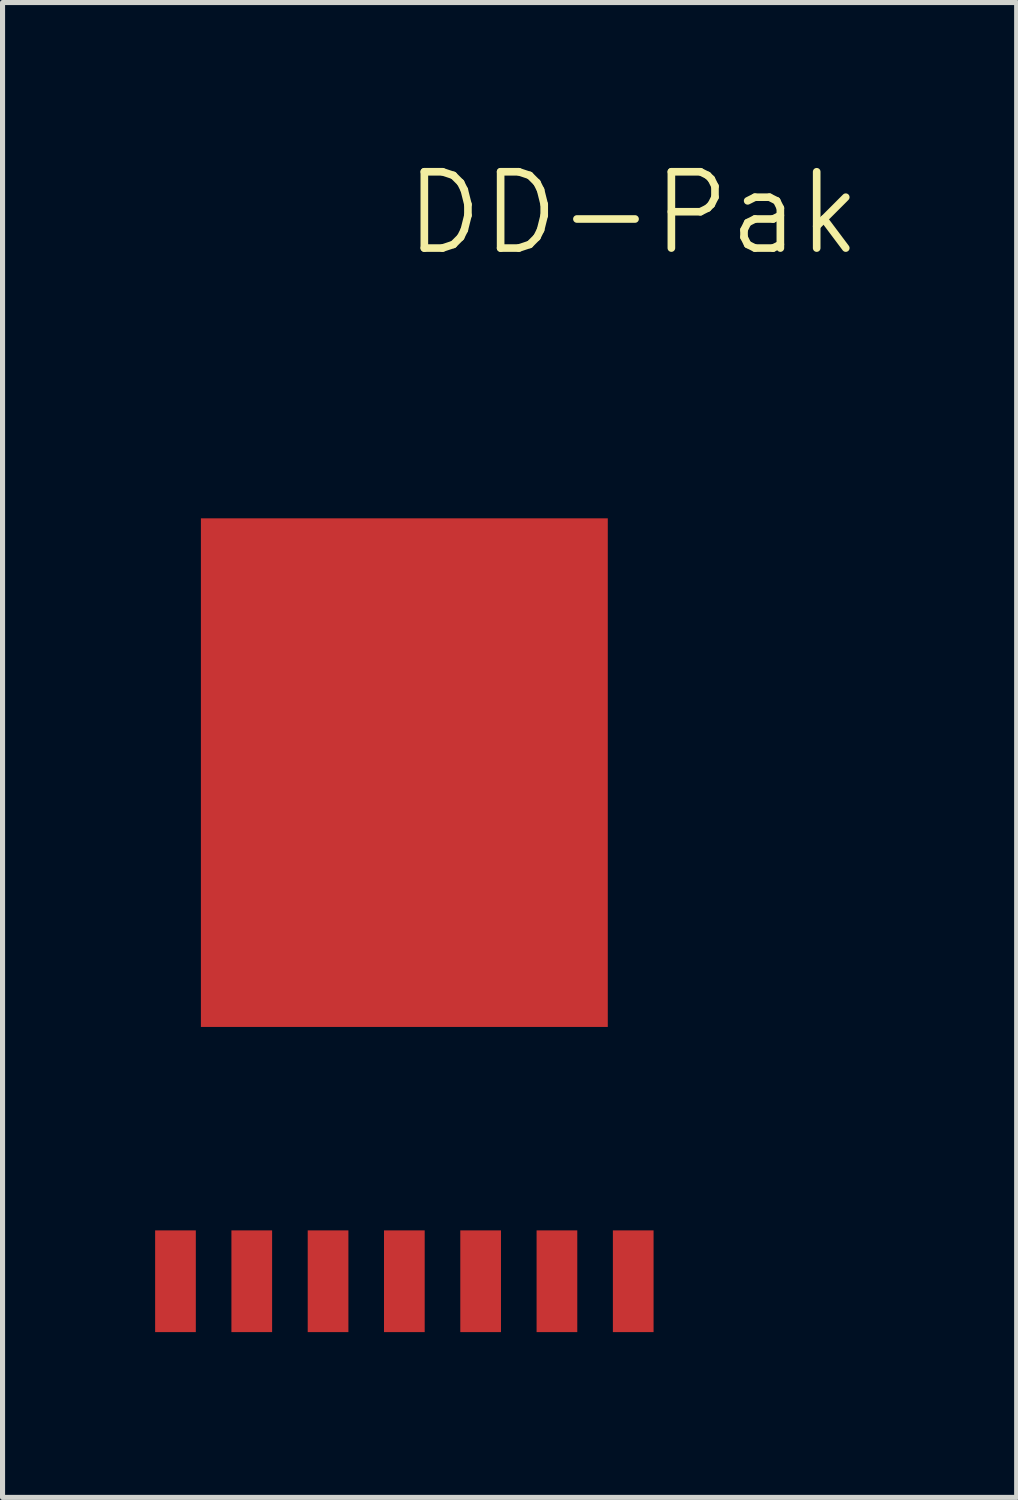
<source format=kicad_pcb>
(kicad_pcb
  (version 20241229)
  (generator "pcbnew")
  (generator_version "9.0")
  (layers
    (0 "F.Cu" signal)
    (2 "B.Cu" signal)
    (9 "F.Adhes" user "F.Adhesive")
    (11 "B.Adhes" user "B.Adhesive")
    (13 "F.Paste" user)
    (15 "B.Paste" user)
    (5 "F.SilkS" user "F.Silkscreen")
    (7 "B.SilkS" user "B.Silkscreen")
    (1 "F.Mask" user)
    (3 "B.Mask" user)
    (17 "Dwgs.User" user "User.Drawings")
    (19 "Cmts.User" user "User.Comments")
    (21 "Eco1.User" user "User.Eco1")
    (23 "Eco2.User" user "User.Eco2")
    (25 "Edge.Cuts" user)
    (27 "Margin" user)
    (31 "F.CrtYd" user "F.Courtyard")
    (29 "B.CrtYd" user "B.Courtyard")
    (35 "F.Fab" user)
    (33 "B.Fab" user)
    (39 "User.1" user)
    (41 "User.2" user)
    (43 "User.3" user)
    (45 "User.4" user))
  (footprint "DD-Pak"
    (layer "F.Cu")
    (at 4.9 23.141)
    (property "Reference" "DD-Pak" (at 4.5 -22 0) (layer "F.SilkS") (effects (font (size 1.5 1.5) (thickness 0.15))))
    (attr through_hole)
    (pad "1" smd rect (at -4.5 -1) (size 0.8 2) (layers "F.Cu" "F.Mask" "F.Paste"))
    (pad "2" smd rect (at -3 -1) (size 0.8 2) (layers "F.Cu" "F.Mask" "F.Paste"))
    (pad "3" smd rect (at -1.5 -1) (size 0.8 2) (layers "F.Cu" "F.Mask" "F.Paste"))
    (pad "4" smd rect (at 0 -1) (size 0.8 2) (layers "F.Cu" "F.Mask" "F.Paste"))
    (pad "5" smd rect (at 1.5 -1) (size 0.8 2) (layers "F.Cu" "F.Mask" "F.Paste"))
    (pad "6" smd rect (at 3 -1) (size 0.8 2) (layers "F.Cu" "F.Mask" "F.Paste"))
    (pad "7" smd rect (at 4.5 -1) (size 0.8 2) (layers "F.Cu" "F.Mask" "F.Paste"))
    (pad "8" smd rect (at 0 -11) (size 8 10) (layers "F.Cu" "F.Mask" "F.Paste")))
  (gr_rect
    (start -3 -3)
    (end 16.939 26.391)
    (stroke (width 0.1) (type default))
    (fill no)
    (layer "Edge.Cuts")))
</source>
